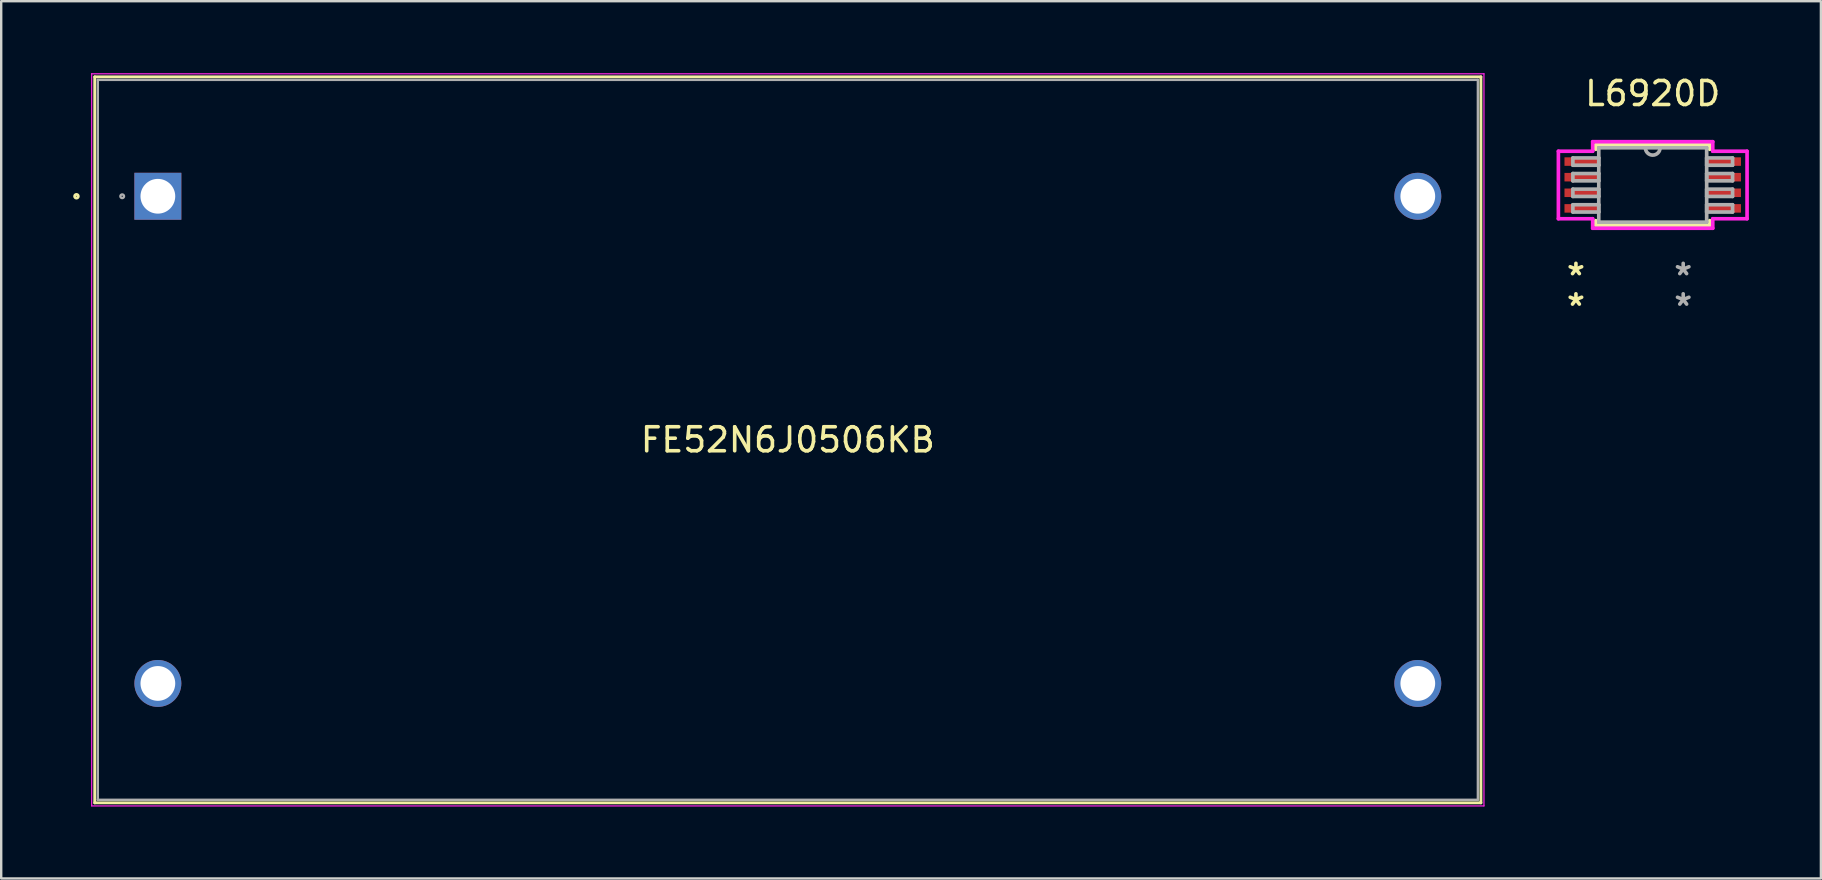
<source format=kicad_pcb>
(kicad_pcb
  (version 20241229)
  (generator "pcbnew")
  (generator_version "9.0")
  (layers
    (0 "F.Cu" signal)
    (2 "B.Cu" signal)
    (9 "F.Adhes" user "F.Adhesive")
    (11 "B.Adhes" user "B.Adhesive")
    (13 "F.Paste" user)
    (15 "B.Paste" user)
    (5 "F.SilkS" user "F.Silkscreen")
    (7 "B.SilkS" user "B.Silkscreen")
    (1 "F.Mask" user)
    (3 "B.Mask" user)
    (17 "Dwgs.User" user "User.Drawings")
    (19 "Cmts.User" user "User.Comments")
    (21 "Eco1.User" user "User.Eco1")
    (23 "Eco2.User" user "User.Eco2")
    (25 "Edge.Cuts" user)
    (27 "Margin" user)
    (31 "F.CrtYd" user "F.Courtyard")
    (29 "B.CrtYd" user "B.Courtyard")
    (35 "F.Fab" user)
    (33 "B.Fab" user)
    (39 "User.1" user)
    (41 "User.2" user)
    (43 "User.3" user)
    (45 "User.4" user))
  (footprint "FE52N6J0506KB"
    (layer "F.Cu")
    (at 3.528 5.128)
    (property "Reference" "FE52N6J0506KB" (at 26.25 10.15 0) (layer "F.SilkS") (effects (font (size 1 1) (thickness 0.15))))
    (attr through_hole)
    (fp_line (start -2.63 -4.976) (end -2.63 25.276) (stroke (width 0.12) (type solid)) (layer "F.SilkS"))
    (fp_line (start 55.13 -4.976) (end -2.63 -4.976) (stroke (width 0.12) (type solid)) (layer "F.SilkS"))
    (fp_line (start 55.13 -4.976) (end 55.13 25.276) (stroke (width 0.12) (type solid)) (layer "F.SilkS"))
    (fp_line (start 55.13 25.276) (end -2.63 25.276) (stroke (width 0.12) (type solid)) (layer "F.SilkS"))
    (fp_circle (center -3.392 0) (end -3.316 0) (stroke (width 0.12) (type solid)) (fill no) (layer "F.SilkS"))
    (fp_line (start -2.757 -5.103) (end 55.257 -5.103) (stroke (width 0.05) (type solid)) (layer "F.CrtYd"))
    (fp_line (start -2.757 25.403) (end -2.757 -5.103) (stroke (width 0.05) (type solid)) (layer "F.CrtYd"))
    (fp_line (start 55.257 -5.103) (end 55.257 25.403) (stroke (width 0.05) (type solid)) (layer "F.CrtYd"))
    (fp_line (start 55.257 25.403) (end -2.757 25.403) (stroke (width 0.05) (type solid)) (layer "F.CrtYd"))
    (fp_line (start -2.503 -4.849) (end -2.503 25.149) (stroke (width 0.1) (type solid)) (layer "F.Fab"))
    (fp_line (start 55.003 -4.849) (end -2.503 -4.849) (stroke (width 0.1) (type solid)) (layer "F.Fab"))
    (fp_line (start 55.003 -4.849) (end 55.003 25.149) (stroke (width 0.1) (type solid)) (layer "F.Fab"))
    (fp_line (start 55.003 25.149) (end -2.503 25.149) (stroke (width 0.1) (type solid)) (layer "F.Fab"))
    (fp_circle (center -1.486 0) (end -1.41 0) (stroke (width 0.1) (type solid)) (fill no) (layer "F.Fab"))
    (fp_text user "*" (at 0 0 0) (layer "F.SilkS") (effects (font (size 1 1) (thickness 0.15))))
    (fp_text user "Copyright 2021 Accelerated Designs. All rights reserved." (at 0 0 0) (layer "Cmts.User") (effects (font (size 0.127 0.127) (thickness 0.002))))
    (fp_text user "*" (at 0 0 0) (layer "F.Fab") (effects (font (size 1 1) (thickness 0.15))))
    (pad "1" thru_hole rect (at 0 0) (size 1.956 1.956) (drill 1.448) (layers "*.Cu" "*.Mask"))
    (pad "2" thru_hole circle (at 0 20.3) (size 1.956 1.956) (drill 1.448) (layers "*.Cu" "*.Mask"))
    (pad "3" thru_hole circle (at 52.5 20.3) (size 1.956 1.956) (drill 1.448) (layers "*.Cu" "*.Mask"))
    (pad "4" thru_hole circle (at 52.5 0) (size 1.956 1.956) (drill 1.448) (layers "*.Cu" "*.Mask")))
  (footprint "L6920D"
    (layer "F.Cu")
    (at 65.817 4.658)
    (property "Reference" "L6920D" (at 0 -3.81 0) (layer "F.SilkS") (effects (font (size 1 1) (thickness 0.15))))
    (attr through_hole)
    (fp_line (start -2.375 -1.676) (end -2.375 -1.485) (stroke (width 0.152) (type solid)) (layer "F.SilkS"))
    (fp_line (start -2.375 1.485) (end -2.375 1.676) (stroke (width 0.152) (type solid)) (layer "F.SilkS"))
    (fp_line (start -2.375 1.676) (end 2.375 1.676) (stroke (width 0.152) (type solid)) (layer "F.SilkS"))
    (fp_line (start 2.375 -1.676) (end -2.375 -1.676) (stroke (width 0.152) (type solid)) (layer "F.SilkS"))
    (fp_line (start 2.375 -1.485) (end 2.375 -1.676) (stroke (width 0.152) (type solid)) (layer "F.SilkS"))
    (fp_line (start 2.375 1.676) (end 2.375 1.485) (stroke (width 0.152) (type solid)) (layer "F.SilkS"))
    (fp_line (start -3.931 -1.406) (end -2.502 -1.406) (stroke (width 0.152) (type solid)) (layer "F.CrtYd"))
    (fp_line (start -3.931 1.406) (end -3.931 -1.406) (stroke (width 0.152) (type solid)) (layer "F.CrtYd"))
    (fp_line (start -2.502 -1.803) (end 2.502 -1.803) (stroke (width 0.152) (type solid)) (layer "F.CrtYd"))
    (fp_line (start -2.502 -1.406) (end -2.502 -1.803) (stroke (width 0.152) (type solid)) (layer "F.CrtYd"))
    (fp_line (start -2.502 1.406) (end -3.931 1.406) (stroke (width 0.152) (type solid)) (layer "F.CrtYd"))
    (fp_line (start -2.502 1.803) (end -2.502 1.406) (stroke (width 0.152) (type solid)) (layer "F.CrtYd"))
    (fp_line (start 2.502 -1.803) (end 2.502 -1.406) (stroke (width 0.152) (type solid)) (layer "F.CrtYd"))
    (fp_line (start 2.502 -1.406) (end 3.931 -1.406) (stroke (width 0.152) (type solid)) (layer "F.CrtYd"))
    (fp_line (start 2.502 1.406) (end 2.502 1.803) (stroke (width 0.152) (type solid)) (layer "F.CrtYd"))
    (fp_line (start 2.502 1.803) (end -2.502 1.803) (stroke (width 0.152) (type solid)) (layer "F.CrtYd"))
    (fp_line (start 3.931 -1.406) (end 3.931 1.406) (stroke (width 0.152) (type solid)) (layer "F.CrtYd"))
    (fp_line (start 3.931 1.406) (end 2.502 1.406) (stroke (width 0.152) (type solid)) (layer "F.CrtYd"))
    (fp_line (start -3.327 -1.127) (end -3.327 -0.823) (stroke (width 0.152) (type solid)) (layer "F.Fab"))
    (fp_line (start -3.327 -0.823) (end -2.248 -0.823) (stroke (width 0.152) (type solid)) (layer "F.Fab"))
    (fp_line (start -3.327 -0.477) (end -3.327 -0.173) (stroke (width 0.152) (type solid)) (layer "F.Fab"))
    (fp_line (start -3.327 -0.173) (end -2.248 -0.173) (stroke (width 0.152) (type solid)) (layer "F.Fab"))
    (fp_line (start -3.327 0.173) (end -3.327 0.477) (stroke (width 0.152) (type solid)) (layer "F.Fab"))
    (fp_line (start -3.327 0.477) (end -2.248 0.477) (stroke (width 0.152) (type solid)) (layer "F.Fab"))
    (fp_line (start -3.327 0.823) (end -3.327 1.127) (stroke (width 0.152) (type solid)) (layer "F.Fab"))
    (fp_line (start -3.327 1.127) (end -2.248 1.127) (stroke (width 0.152) (type solid)) (layer "F.Fab"))
    (fp_line (start -2.248 -1.549) (end -2.248 1.549) (stroke (width 0.152) (type solid)) (layer "F.Fab"))
    (fp_line (start -2.248 -1.127) (end -3.327 -1.127) (stroke (width 0.152) (type solid)) (layer "F.Fab"))
    (fp_line (start -2.248 -0.823) (end -2.248 -1.127) (stroke (width 0.152) (type solid)) (layer "F.Fab"))
    (fp_line (start -2.248 -0.477) (end -3.327 -0.477) (stroke (width 0.152) (type solid)) (layer "F.Fab"))
    (fp_line (start -2.248 -0.173) (end -2.248 -0.477) (stroke (width 0.152) (type solid)) (layer "F.Fab"))
    (fp_line (start -2.248 0.173) (end -3.327 0.173) (stroke (width 0.152) (type solid)) (layer "F.Fab"))
    (fp_line (start -2.248 0.477) (end -2.248 0.173) (stroke (width 0.152) (type solid)) (layer "F.Fab"))
    (fp_line (start -2.248 0.823) (end -3.327 0.823) (stroke (width 0.152) (type solid)) (layer "F.Fab"))
    (fp_line (start -2.248 1.127) (end -2.248 0.823) (stroke (width 0.152) (type solid)) (layer "F.Fab"))
    (fp_line (start -2.248 1.549) (end 2.248 1.549) (stroke (width 0.152) (type solid)) (layer "F.Fab"))
    (fp_line (start 2.248 -1.549) (end -2.248 -1.549) (stroke (width 0.152) (type solid)) (layer "F.Fab"))
    (fp_line (start 2.248 -1.127) (end 2.248 -0.823) (stroke (width 0.152) (type solid)) (layer "F.Fab"))
    (fp_line (start 2.248 -0.823) (end 3.327 -0.823) (stroke (width 0.152) (type solid)) (layer "F.Fab"))
    (fp_line (start 2.248 -0.477) (end 2.248 -0.173) (stroke (width 0.152) (type solid)) (layer "F.Fab"))
    (fp_line (start 2.248 -0.173) (end 3.327 -0.173) (stroke (width 0.152) (type solid)) (layer "F.Fab"))
    (fp_line (start 2.248 0.173) (end 2.248 0.477) (stroke (width 0.152) (type solid)) (layer "F.Fab"))
    (fp_line (start 2.248 0.477) (end 3.327 0.477) (stroke (width 0.152) (type solid)) (layer "F.Fab"))
    (fp_line (start 2.248 0.823) (end 2.248 1.127) (stroke (width 0.152) (type solid)) (layer "F.Fab"))
    (fp_line (start 2.248 1.127) (end 3.327 1.127) (stroke (width 0.152) (type solid)) (layer "F.Fab"))
    (fp_line (start 2.248 1.549) (end 2.248 -1.549) (stroke (width 0.152) (type solid)) (layer "F.Fab"))
    (fp_line (start 3.327 -1.127) (end 2.248 -1.127) (stroke (width 0.152) (type solid)) (layer "F.Fab"))
    (fp_line (start 3.327 -0.823) (end 3.327 -1.127) (stroke (width 0.152) (type solid)) (layer "F.Fab"))
    (fp_line (start 3.327 -0.477) (end 2.248 -0.477) (stroke (width 0.152) (type solid)) (layer "F.Fab"))
    (fp_line (start 3.327 -0.173) (end 3.327 -0.477) (stroke (width 0.152) (type solid)) (layer "F.Fab"))
    (fp_line (start 3.327 0.173) (end 2.248 0.173) (stroke (width 0.152) (type solid)) (layer "F.Fab"))
    (fp_line (start 3.327 0.477) (end 3.327 0.173) (stroke (width 0.152) (type solid)) (layer "F.Fab"))
    (fp_line (start 3.327 0.823) (end 2.248 0.823) (stroke (width 0.152) (type solid)) (layer "F.Fab"))
    (fp_line (start 3.327 1.127) (end 3.327 0.823) (stroke (width 0.152) (type solid)) (layer "F.Fab"))
    (fp_arc (start 0.3048 -1.5494) (mid 0 -1.2446) (end -0.3048 -1.5494) (stroke (width 0.1524) (type solid)) (layer "F.Fab"))
    (fp_text user "*" (at -3.2 5.08 0) (layer "F.SilkS") (effects (font (size 1 1) (thickness 0.15))))
    (fp_text user "*" (at -3.2 3.81 0) (layer "F.SilkS") (effects (font (size 1 1) (thickness 0.15))))
    (fp_text user "*" (at 1.27 3.81 0) (layer "F.Fab") (effects (font (size 1 1) (thickness 0.15))))
    (fp_text user "*" (at 1.27 5.08 0) (layer "F.Fab") (effects (font (size 1 1) (thickness 0.15))))
    (pad "1" smd rect (at -2.946 -0.975) (size 1.462 0.355) (layers "F.Cu" "F.Mask" "F.Paste"))
    (pad "2" smd rect (at -2.946 -0.325) (size 1.462 0.355) (layers "F.Cu" "F.Mask" "F.Paste"))
    (pad "3" smd rect (at -2.946 0.325) (size 1.462 0.355) (layers "F.Cu" "F.Mask" "F.Paste"))
    (pad "4" smd rect (at -2.946 0.975) (size 1.462 0.355) (layers "F.Cu" "F.Mask" "F.Paste"))
    (pad "5" smd rect (at 2.946 0.975) (size 1.462 0.355) (layers "F.Cu" "F.Mask" "F.Paste"))
    (pad "6" smd rect (at 2.946 0.325) (size 1.462 0.355) (layers "F.Cu" "F.Mask" "F.Paste"))
    (pad "7" smd rect (at 2.946 -0.325) (size 1.462 0.355) (layers "F.Cu" "F.Mask" "F.Paste"))
    (pad "8" smd rect (at 2.946 -0.975) (size 1.462 0.355) (layers "F.Cu" "F.Mask" "F.Paste")))
  (gr_rect
    (start -3 -3)
    (end 72.825 33.555)
    (stroke (width 0.1) (type default))
    (fill no)
    (layer "Edge.Cuts")))
</source>
